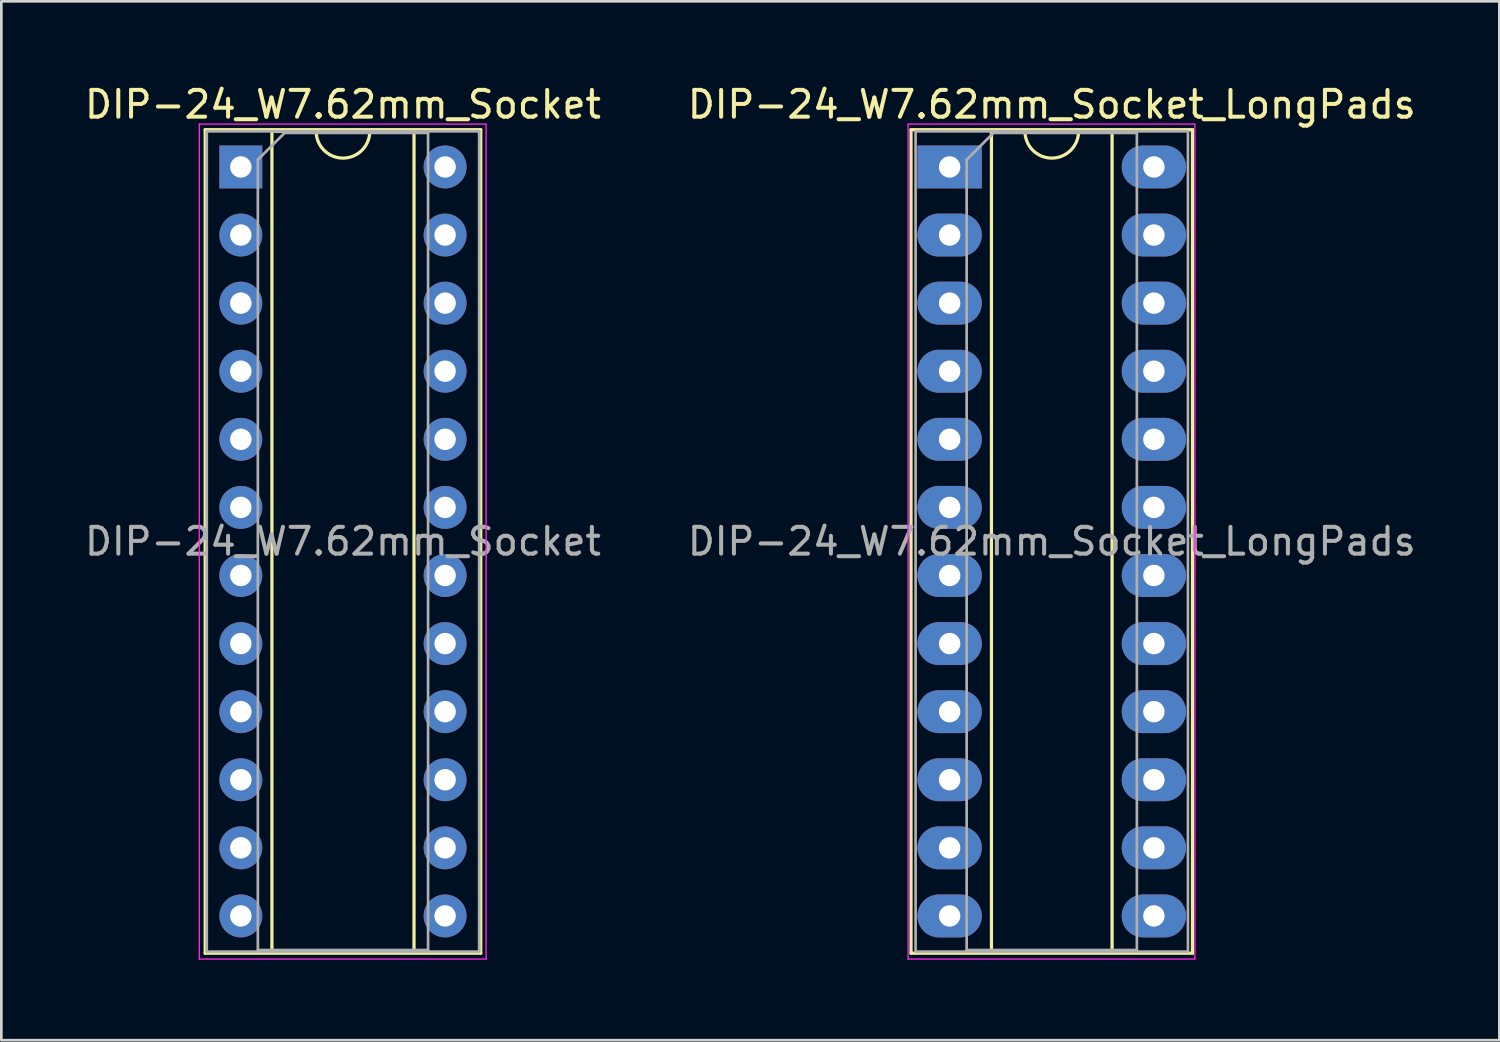
<source format=kicad_pcb>
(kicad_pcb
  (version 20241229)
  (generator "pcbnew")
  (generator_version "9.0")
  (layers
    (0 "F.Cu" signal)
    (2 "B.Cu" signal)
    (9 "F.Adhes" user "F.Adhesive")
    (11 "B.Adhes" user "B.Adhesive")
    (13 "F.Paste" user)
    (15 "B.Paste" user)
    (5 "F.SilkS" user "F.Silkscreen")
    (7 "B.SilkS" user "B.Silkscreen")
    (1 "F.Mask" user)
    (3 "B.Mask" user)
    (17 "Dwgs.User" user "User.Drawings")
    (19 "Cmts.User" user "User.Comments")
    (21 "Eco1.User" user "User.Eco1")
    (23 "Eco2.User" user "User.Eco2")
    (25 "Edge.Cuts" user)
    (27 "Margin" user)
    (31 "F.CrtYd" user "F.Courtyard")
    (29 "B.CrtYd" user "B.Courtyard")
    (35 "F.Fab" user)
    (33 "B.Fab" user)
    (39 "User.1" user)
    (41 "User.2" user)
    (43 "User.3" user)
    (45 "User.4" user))
  (footprint "DIP-24_W7.62mm_Socket"
    (layer "F.Cu")
    (at 5.934 3.178)
    (property "Reference" "DIP-24_W7.62mm_Socket" (at 3.81 -2.33 0) (layer "F.SilkS") (effects (font (size 1 1) (thickness 0.15))))
    (attr through_hole)
    (fp_line (start -1.33 -1.39) (end -1.33 29.33) (stroke (width 0.12) (type solid)) (layer "F.SilkS"))
    (fp_line (start -1.33 29.33) (end 8.95 29.33) (stroke (width 0.12) (type solid)) (layer "F.SilkS"))
    (fp_line (start 1.16 -1.33) (end 1.16 29.27) (stroke (width 0.12) (type solid)) (layer "F.SilkS"))
    (fp_line (start 1.16 29.27) (end 6.46 29.27) (stroke (width 0.12) (type solid)) (layer "F.SilkS"))
    (fp_line (start 2.81 -1.33) (end 1.16 -1.33) (stroke (width 0.12) (type solid)) (layer "F.SilkS"))
    (fp_line (start 6.46 -1.33) (end 4.81 -1.33) (stroke (width 0.12) (type solid)) (layer "F.SilkS"))
    (fp_line (start 6.46 29.27) (end 6.46 -1.33) (stroke (width 0.12) (type solid)) (layer "F.SilkS"))
    (fp_line (start 8.95 -1.39) (end -1.33 -1.39) (stroke (width 0.12) (type solid)) (layer "F.SilkS"))
    (fp_line (start 8.95 29.33) (end 8.95 -1.39) (stroke (width 0.12) (type solid)) (layer "F.SilkS"))
    (fp_arc (start 4.81 -1.33) (mid 3.81 -0.33) (end 2.81 -1.33) (stroke (width 0.12) (type solid)) (layer "F.SilkS"))
    (fp_line (start -1.55 -1.6) (end -1.55 29.55) (stroke (width 0.05) (type solid)) (layer "F.CrtYd"))
    (fp_line (start -1.55 29.55) (end 9.15 29.55) (stroke (width 0.05) (type solid)) (layer "F.CrtYd"))
    (fp_line (start 9.15 -1.6) (end -1.55 -1.6) (stroke (width 0.05) (type solid)) (layer "F.CrtYd"))
    (fp_line (start 9.15 29.55) (end 9.15 -1.6) (stroke (width 0.05) (type solid)) (layer "F.CrtYd"))
    (fp_line (start -1.27 -1.33) (end -1.27 29.27) (stroke (width 0.1) (type solid)) (layer "F.Fab"))
    (fp_line (start -1.27 29.27) (end 8.89 29.27) (stroke (width 0.1) (type solid)) (layer "F.Fab"))
    (fp_line (start 0.635 -0.27) (end 1.635 -1.27) (stroke (width 0.1) (type solid)) (layer "F.Fab"))
    (fp_line (start 0.635 29.21) (end 0.635 -0.27) (stroke (width 0.1) (type solid)) (layer "F.Fab"))
    (fp_line (start 1.635 -1.27) (end 6.985 -1.27) (stroke (width 0.1) (type solid)) (layer "F.Fab"))
    (fp_line (start 6.985 -1.27) (end 6.985 29.21) (stroke (width 0.1) (type solid)) (layer "F.Fab"))
    (fp_line (start 6.985 29.21) (end 0.635 29.21) (stroke (width 0.1) (type solid)) (layer "F.Fab"))
    (fp_line (start 8.89 -1.33) (end -1.27 -1.33) (stroke (width 0.1) (type solid)) (layer "F.Fab"))
    (fp_line (start 8.89 29.27) (end 8.89 -1.33) (stroke (width 0.1) (type solid)) (layer "F.Fab"))
    (fp_text user "${REFERENCE}" (at 3.81 13.97 0) (layer "F.Fab") (effects (font (size 1 1) (thickness 0.15))))
    (pad "1" thru_hole rect (at 0 0) (size 1.6 1.6) (drill 0.8) (layers "*.Cu" "*.Mask"))
    (pad "2" thru_hole oval (at 0 2.54) (size 1.6 1.6) (drill 0.8) (layers "*.Cu" "*.Mask"))
    (pad "3" thru_hole oval (at 0 5.08) (size 1.6 1.6) (drill 0.8) (layers "*.Cu" "*.Mask"))
    (pad "4" thru_hole oval (at 0 7.62) (size 1.6 1.6) (drill 0.8) (layers "*.Cu" "*.Mask"))
    (pad "5" thru_hole oval (at 0 10.16) (size 1.6 1.6) (drill 0.8) (layers "*.Cu" "*.Mask"))
    (pad "6" thru_hole oval (at 0 12.7) (size 1.6 1.6) (drill 0.8) (layers "*.Cu" "*.Mask"))
    (pad "7" thru_hole oval (at 0 15.24) (size 1.6 1.6) (drill 0.8) (layers "*.Cu" "*.Mask"))
    (pad "8" thru_hole oval (at 0 17.78) (size 1.6 1.6) (drill 0.8) (layers "*.Cu" "*.Mask"))
    (pad "9" thru_hole oval (at 0 20.32) (size 1.6 1.6) (drill 0.8) (layers "*.Cu" "*.Mask"))
    (pad "10" thru_hole oval (at 0 22.86) (size 1.6 1.6) (drill 0.8) (layers "*.Cu" "*.Mask"))
    (pad "11" thru_hole oval (at 0 25.4) (size 1.6 1.6) (drill 0.8) (layers "*.Cu" "*.Mask"))
    (pad "12" thru_hole oval (at 0 27.94) (size 1.6 1.6) (drill 0.8) (layers "*.Cu" "*.Mask"))
    (pad "13" thru_hole oval (at 7.62 27.94) (size 1.6 1.6) (drill 0.8) (layers "*.Cu" "*.Mask"))
    (pad "14" thru_hole oval (at 7.62 25.4) (size 1.6 1.6) (drill 0.8) (layers "*.Cu" "*.Mask"))
    (pad "15" thru_hole oval (at 7.62 22.86) (size 1.6 1.6) (drill 0.8) (layers "*.Cu" "*.Mask"))
    (pad "16" thru_hole oval (at 7.62 20.32) (size 1.6 1.6) (drill 0.8) (layers "*.Cu" "*.Mask"))
    (pad "17" thru_hole oval (at 7.62 17.78) (size 1.6 1.6) (drill 0.8) (layers "*.Cu" "*.Mask"))
    (pad "18" thru_hole oval (at 7.62 15.24) (size 1.6 1.6) (drill 0.8) (layers "*.Cu" "*.Mask"))
    (pad "19" thru_hole oval (at 7.62 12.7) (size 1.6 1.6) (drill 0.8) (layers "*.Cu" "*.Mask"))
    (pad "20" thru_hole oval (at 7.62 10.16) (size 1.6 1.6) (drill 0.8) (layers "*.Cu" "*.Mask"))
    (pad "21" thru_hole oval (at 7.62 7.62) (size 1.6 1.6) (drill 0.8) (layers "*.Cu" "*.Mask"))
    (pad "22" thru_hole oval (at 7.62 5.08) (size 1.6 1.6) (drill 0.8) (layers "*.Cu" "*.Mask"))
    (pad "23" thru_hole oval (at 7.62 2.54) (size 1.6 1.6) (drill 0.8) (layers "*.Cu" "*.Mask"))
    (pad "24" thru_hole oval (at 7.62 0) (size 1.6 1.6) (drill 0.8) (layers "*.Cu" "*.Mask")))
  (footprint "DIP-24_W7.62mm_Socket_LongPads"
    (layer "F.Cu")
    (at 32.375 3.178)
    (property "Reference" "DIP-24_W7.62mm_Socket_LongPads" (at 3.81 -2.33 0) (layer "F.SilkS") (effects (font (size 1 1) (thickness 0.15))))
    (attr through_hole)
    (fp_line (start -1.44 -1.39) (end -1.44 29.33) (stroke (width 0.12) (type solid)) (layer "F.SilkS"))
    (fp_line (start -1.44 29.33) (end 9.06 29.33) (stroke (width 0.12) (type solid)) (layer "F.SilkS"))
    (fp_line (start 1.56 -1.33) (end 1.56 29.27) (stroke (width 0.12) (type solid)) (layer "F.SilkS"))
    (fp_line (start 1.56 29.27) (end 6.06 29.27) (stroke (width 0.12) (type solid)) (layer "F.SilkS"))
    (fp_line (start 2.81 -1.33) (end 1.56 -1.33) (stroke (width 0.12) (type solid)) (layer "F.SilkS"))
    (fp_line (start 6.06 -1.33) (end 4.81 -1.33) (stroke (width 0.12) (type solid)) (layer "F.SilkS"))
    (fp_line (start 6.06 29.27) (end 6.06 -1.33) (stroke (width 0.12) (type solid)) (layer "F.SilkS"))
    (fp_line (start 9.06 -1.39) (end -1.44 -1.39) (stroke (width 0.12) (type solid)) (layer "F.SilkS"))
    (fp_line (start 9.06 29.33) (end 9.06 -1.39) (stroke (width 0.12) (type solid)) (layer "F.SilkS"))
    (fp_arc (start 4.81 -1.33) (mid 3.81 -0.33) (end 2.81 -1.33) (stroke (width 0.12) (type solid)) (layer "F.SilkS"))
    (fp_line (start -1.55 -1.6) (end -1.55 29.55) (stroke (width 0.05) (type solid)) (layer "F.CrtYd"))
    (fp_line (start -1.55 29.55) (end 9.15 29.55) (stroke (width 0.05) (type solid)) (layer "F.CrtYd"))
    (fp_line (start 9.15 -1.6) (end -1.55 -1.6) (stroke (width 0.05) (type solid)) (layer "F.CrtYd"))
    (fp_line (start 9.15 29.55) (end 9.15 -1.6) (stroke (width 0.05) (type solid)) (layer "F.CrtYd"))
    (fp_line (start -1.27 -1.33) (end -1.27 29.27) (stroke (width 0.1) (type solid)) (layer "F.Fab"))
    (fp_line (start -1.27 29.27) (end 8.89 29.27) (stroke (width 0.1) (type solid)) (layer "F.Fab"))
    (fp_line (start 0.635 -0.27) (end 1.635 -1.27) (stroke (width 0.1) (type solid)) (layer "F.Fab"))
    (fp_line (start 0.635 29.21) (end 0.635 -0.27) (stroke (width 0.1) (type solid)) (layer "F.Fab"))
    (fp_line (start 1.635 -1.27) (end 6.985 -1.27) (stroke (width 0.1) (type solid)) (layer "F.Fab"))
    (fp_line (start 6.985 -1.27) (end 6.985 29.21) (stroke (width 0.1) (type solid)) (layer "F.Fab"))
    (fp_line (start 6.985 29.21) (end 0.635 29.21) (stroke (width 0.1) (type solid)) (layer "F.Fab"))
    (fp_line (start 8.89 -1.33) (end -1.27 -1.33) (stroke (width 0.1) (type solid)) (layer "F.Fab"))
    (fp_line (start 8.89 29.27) (end 8.89 -1.33) (stroke (width 0.1) (type solid)) (layer "F.Fab"))
    (fp_text user "${REFERENCE}" (at 3.81 13.97 0) (layer "F.Fab") (effects (font (size 1 1) (thickness 0.15))))
    (pad "1" thru_hole rect (at 0 0) (size 2.4 1.6) (drill 0.8) (layers "*.Cu" "*.Mask"))
    (pad "2" thru_hole oval (at 0 2.54) (size 2.4 1.6) (drill 0.8) (layers "*.Cu" "*.Mask"))
    (pad "3" thru_hole oval (at 0 5.08) (size 2.4 1.6) (drill 0.8) (layers "*.Cu" "*.Mask"))
    (pad "4" thru_hole oval (at 0 7.62) (size 2.4 1.6) (drill 0.8) (layers "*.Cu" "*.Mask"))
    (pad "5" thru_hole oval (at 0 10.16) (size 2.4 1.6) (drill 0.8) (layers "*.Cu" "*.Mask"))
    (pad "6" thru_hole oval (at 0 12.7) (size 2.4 1.6) (drill 0.8) (layers "*.Cu" "*.Mask"))
    (pad "7" thru_hole oval (at 0 15.24) (size 2.4 1.6) (drill 0.8) (layers "*.Cu" "*.Mask"))
    (pad "8" thru_hole oval (at 0 17.78) (size 2.4 1.6) (drill 0.8) (layers "*.Cu" "*.Mask"))
    (pad "9" thru_hole oval (at 0 20.32) (size 2.4 1.6) (drill 0.8) (layers "*.Cu" "*.Mask"))
    (pad "10" thru_hole oval (at 0 22.86) (size 2.4 1.6) (drill 0.8) (layers "*.Cu" "*.Mask"))
    (pad "11" thru_hole oval (at 0 25.4) (size 2.4 1.6) (drill 0.8) (layers "*.Cu" "*.Mask"))
    (pad "12" thru_hole oval (at 0 27.94) (size 2.4 1.6) (drill 0.8) (layers "*.Cu" "*.Mask"))
    (pad "13" thru_hole oval (at 7.62 27.94) (size 2.4 1.6) (drill 0.8) (layers "*.Cu" "*.Mask"))
    (pad "14" thru_hole oval (at 7.62 25.4) (size 2.4 1.6) (drill 0.8) (layers "*.Cu" "*.Mask"))
    (pad "15" thru_hole oval (at 7.62 22.86) (size 2.4 1.6) (drill 0.8) (layers "*.Cu" "*.Mask"))
    (pad "16" thru_hole oval (at 7.62 20.32) (size 2.4 1.6) (drill 0.8) (layers "*.Cu" "*.Mask"))
    (pad "17" thru_hole oval (at 7.62 17.78) (size 2.4 1.6) (drill 0.8) (layers "*.Cu" "*.Mask"))
    (pad "18" thru_hole oval (at 7.62 15.24) (size 2.4 1.6) (drill 0.8) (layers "*.Cu" "*.Mask"))
    (pad "19" thru_hole oval (at 7.62 12.7) (size 2.4 1.6) (drill 0.8) (layers "*.Cu" "*.Mask"))
    (pad "20" thru_hole oval (at 7.62 10.16) (size 2.4 1.6) (drill 0.8) (layers "*.Cu" "*.Mask"))
    (pad "21" thru_hole oval (at 7.62 7.62) (size 2.4 1.6) (drill 0.8) (layers "*.Cu" "*.Mask"))
    (pad "22" thru_hole oval (at 7.62 5.08) (size 2.4 1.6) (drill 0.8) (layers "*.Cu" "*.Mask"))
    (pad "23" thru_hole oval (at 7.62 2.54) (size 2.4 1.6) (drill 0.8) (layers "*.Cu" "*.Mask"))
    (pad "24" thru_hole oval (at 7.62 0) (size 2.4 1.6) (drill 0.8) (layers "*.Cu" "*.Mask")))
  (gr_rect
    (start -3 -3)
    (end 52.881 35.753)
    (stroke (width 0.1) (type default))
    (fill no)
    (layer "Edge.Cuts")))
</source>
